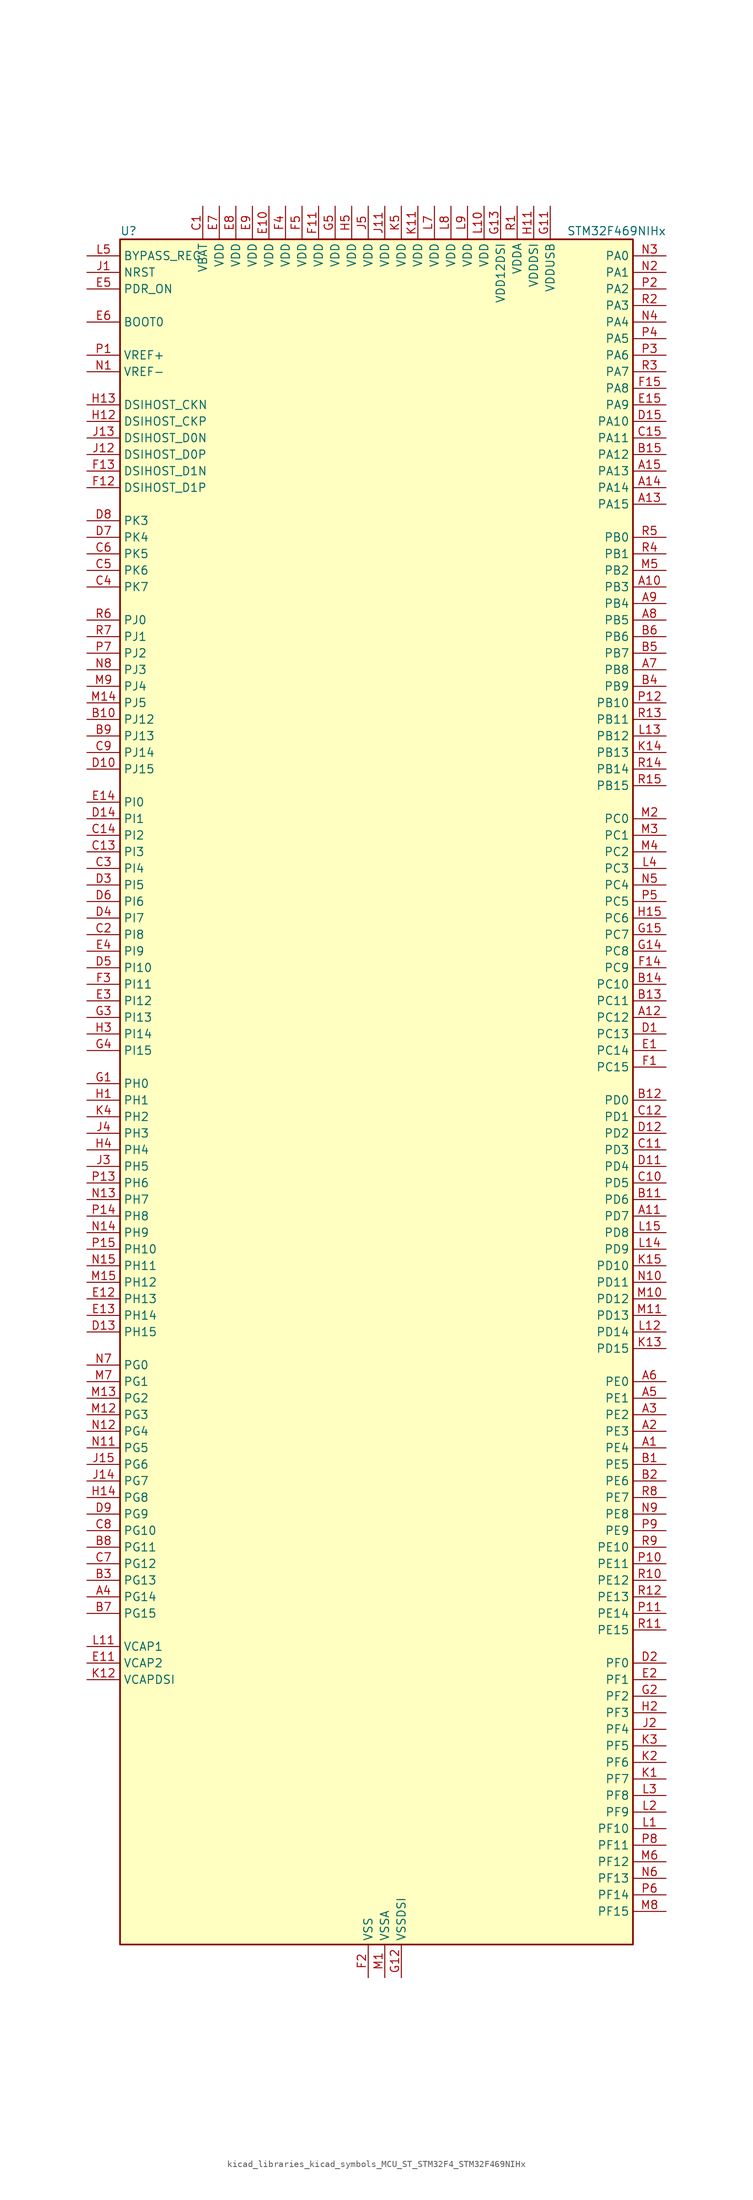
<source format=kicad_sym>
(kicad_symbol_lib
  (version 20220914)
  (generator kicad_symbol_editor)
  (symbol "kicad_libraries_kicad_symbols_MCU_ST_STM32F4_STM32F469NIHx"
    (property "Reference" "U"
      (at -38.1 133.35 0)
      (effects (font (size 1.27 1.27)) (justify left)))
    (property "Value" "STM32F469NIHx"
      (at 30.48 133.35 0)
      (effects (font (size 1.27 1.27)) (justify left)))
    (property "ki_locked" ""
      (at 0 0 0)
      (effects (font (size 1.27 1.27))))
    (symbol "kicad_libraries_kicad_symbols_MCU_ST_STM32F4_STM32F469NIHx_0_1"
      (rectangle (start -38.1 -129.54) (end 40.64 132.08) (stroke (width 0.254) (type default)) (fill (type background))))
    (symbol "kicad_libraries_kicad_symbols_MCU_ST_STM32F4_STM32F469NIHx_1_1"
      (pin bidirectional line (at 45.72 -53.34 180) (length 5.08) (name "PE4" (effects (font (size 1.27 1.27)))) (number "A1" (effects (font (size 1.27 1.27)))) (alternate "DCMI_D4" bidirectional line) (alternate "FMC_A20" bidirectional line) (alternate "LTDC_B0" bidirectional line) (alternate "SAI1_FS_A" bidirectional line) (alternate "SPI4_NSS" bidirectional line) (alternate "SYS_TRACED1" bidirectional line))
      (pin bidirectional line (at 45.72 78.74 180) (length 5.08) (name "PB3" (effects (font (size 1.27 1.27)))) (number "A10" (effects (font (size 1.27 1.27)))) (alternate "I2S3_CK" bidirectional line) (alternate "SPI1_SCK" bidirectional line) (alternate "SPI3_SCK" bidirectional line) (alternate "SYS_JTDO-SWO" bidirectional line) (alternate "TIM2_CH2" bidirectional line))
      (pin bidirectional line (at 45.72 -17.78 180) (length 5.08) (name "PD7" (effects (font (size 1.27 1.27)))) (number "A11" (effects (font (size 1.27 1.27)))) (alternate "FMC_NE1" bidirectional line) (alternate "USART2_CK" bidirectional line))
      (pin bidirectional line (at 45.72 12.7 180) (length 5.08) (name "PC12" (effects (font (size 1.27 1.27)))) (number "A12" (effects (font (size 1.27 1.27)))) (alternate "DCMI_D9" bidirectional line) (alternate "I2S3_SD" bidirectional line) (alternate "SDIO_CK" bidirectional line) (alternate "SPI3_MOSI" bidirectional line) (alternate "SYS_TRACED3" bidirectional line) (alternate "UART5_TX" bidirectional line) (alternate "USART3_CK" bidirectional line))
      (pin bidirectional line (at 45.72 91.44 180) (length 5.08) (name "PA15" (effects (font (size 1.27 1.27)))) (number "A13" (effects (font (size 1.27 1.27)))) (alternate "ADC1_EXTI15" bidirectional line) (alternate "ADC2_EXTI15" bidirectional line) (alternate "ADC3_EXTI15" bidirectional line) (alternate "I2S3_WS" bidirectional line) (alternate "SPI1_NSS" bidirectional line) (alternate "SPI3_NSS" bidirectional line) (alternate "SYS_JTDI" bidirectional line) (alternate "TIM2_CH1" bidirectional line) (alternate "TIM2_ETR" bidirectional line))
      (pin bidirectional line (at 45.72 93.98 180) (length 5.08) (name "PA14" (effects (font (size 1.27 1.27)))) (number "A14" (effects (font (size 1.27 1.27)))) (alternate "SYS_JTCK-SWCLK" bidirectional line))
      (pin bidirectional line (at 45.72 96.52 180) (length 5.08) (name "PA13" (effects (font (size 1.27 1.27)))) (number "A15" (effects (font (size 1.27 1.27)))) (alternate "SYS_JTMS-SWDIO" bidirectional line))
      (pin bidirectional line (at 45.72 -50.8 180) (length 5.08) (name "PE3" (effects (font (size 1.27 1.27)))) (number "A2" (effects (font (size 1.27 1.27)))) (alternate "FMC_A19" bidirectional line) (alternate "SAI1_SD_B" bidirectional line) (alternate "SYS_TRACED0" bidirectional line))
      (pin bidirectional line (at 45.72 -48.26 180) (length 5.08) (name "PE2" (effects (font (size 1.27 1.27)))) (number "A3" (effects (font (size 1.27 1.27)))) (alternate "ETH_TXD3" bidirectional line) (alternate "FMC_A23" bidirectional line) (alternate "QUADSPI_BK1_IO2" bidirectional line) (alternate "SAI1_MCLK_A" bidirectional line) (alternate "SPI4_SCK" bidirectional line) (alternate "SYS_TRACECLK" bidirectional line))
      (pin bidirectional line (at -43.18 -76.2 0) (length 5.08) (name "PG14" (effects (font (size 1.27 1.27)))) (number "A4" (effects (font (size 1.27 1.27)))) (alternate "ETH_TXD1" bidirectional line) (alternate "FMC_A25" bidirectional line) (alternate "LTDC_B0" bidirectional line) (alternate "QUADSPI_BK2_IO3" bidirectional line) (alternate "SPI6_MOSI" bidirectional line) (alternate "SYS_TRACED1" bidirectional line) (alternate "USART6_TX" bidirectional line))
      (pin bidirectional line (at 45.72 -45.72 180) (length 5.08) (name "PE1" (effects (font (size 1.27 1.27)))) (number "A5" (effects (font (size 1.27 1.27)))) (alternate "DCMI_D3" bidirectional line) (alternate "FMC_NBL1" bidirectional line) (alternate "UART8_TX" bidirectional line))
      (pin bidirectional line (at 45.72 -43.18 180) (length 5.08) (name "PE0" (effects (font (size 1.27 1.27)))) (number "A6" (effects (font (size 1.27 1.27)))) (alternate "DCMI_D2" bidirectional line) (alternate "FMC_NBL0" bidirectional line) (alternate "TIM4_ETR" bidirectional line) (alternate "UART8_RX" bidirectional line))
      (pin bidirectional line (at 45.72 66.04 180) (length 5.08) (name "PB8" (effects (font (size 1.27 1.27)))) (number "A7" (effects (font (size 1.27 1.27)))) (alternate "CAN1_RX" bidirectional line) (alternate "DCMI_D6" bidirectional line) (alternate "ETH_TXD3" bidirectional line) (alternate "I2C1_SCL" bidirectional line) (alternate "LTDC_B6" bidirectional line) (alternate "SDIO_D4" bidirectional line) (alternate "TIM10_CH1" bidirectional line) (alternate "TIM4_CH3" bidirectional line))
      (pin bidirectional line (at 45.72 73.66 180) (length 5.08) (name "PB5" (effects (font (size 1.27 1.27)))) (number "A8" (effects (font (size 1.27 1.27)))) (alternate "CAN2_RX" bidirectional line) (alternate "DCMI_D10" bidirectional line) (alternate "ETH_PPS_OUT" bidirectional line) (alternate "FMC_SDCKE1" bidirectional line) (alternate "I2C1_SMBA" bidirectional line) (alternate "I2S3_SD" bidirectional line) (alternate "LTDC_G7" bidirectional line) (alternate "SPI1_MOSI" bidirectional line) (alternate "SPI3_MOSI" bidirectional line) (alternate "TIM3_CH2" bidirectional line) (alternate "USB_OTG_HS_ULPI_D7" bidirectional line))
      (pin bidirectional line (at 45.72 76.2 180) (length 5.08) (name "PB4" (effects (font (size 1.27 1.27)))) (number "A9" (effects (font (size 1.27 1.27)))) (alternate "I2S3_ext_SD" bidirectional line) (alternate "SPI1_MISO" bidirectional line) (alternate "SPI3_MISO" bidirectional line) (alternate "SYS_JTRST" bidirectional line) (alternate "TIM3_CH1" bidirectional line))
      (pin bidirectional line (at 45.72 -55.88 180) (length 5.08) (name "PE5" (effects (font (size 1.27 1.27)))) (number "B1" (effects (font (size 1.27 1.27)))) (alternate "DCMI_D6" bidirectional line) (alternate "FMC_A21" bidirectional line) (alternate "LTDC_G0" bidirectional line) (alternate "SAI1_SCK_A" bidirectional line) (alternate "SPI4_MISO" bidirectional line) (alternate "SYS_TRACED2" bidirectional line) (alternate "TIM9_CH1" bidirectional line))
      (pin bidirectional line (at -43.18 58.42 0) (length 5.08) (name "PJ12" (effects (font (size 1.27 1.27)))) (number "B10" (effects (font (size 1.27 1.27)))) (alternate "LTDC_B0" bidirectional line) (alternate "LTDC_G3" bidirectional line))
      (pin bidirectional line (at 45.72 -15.24 180) (length 5.08) (name "PD6" (effects (font (size 1.27 1.27)))) (number "B11" (effects (font (size 1.27 1.27)))) (alternate "DCMI_D10" bidirectional line) (alternate "FMC_NWAIT" bidirectional line) (alternate "I2S3_SD" bidirectional line) (alternate "LTDC_B2" bidirectional line) (alternate "SAI1_SD_A" bidirectional line) (alternate "SPI3_MOSI" bidirectional line) (alternate "USART2_RX" bidirectional line))
      (pin bidirectional line (at 45.72 0 180) (length 5.08) (name "PD0" (effects (font (size 1.27 1.27)))) (number "B12" (effects (font (size 1.27 1.27)))) (alternate "CAN1_RX" bidirectional line) (alternate "FMC_D2" bidirectional line) (alternate "FMC_DA2" bidirectional line))
      (pin bidirectional line (at 45.72 15.24 180) (length 5.08) (name "PC11" (effects (font (size 1.27 1.27)))) (number "B13" (effects (font (size 1.27 1.27)))) (alternate "ADC1_EXTI11" bidirectional line) (alternate "ADC2_EXTI11" bidirectional line) (alternate "ADC3_EXTI11" bidirectional line) (alternate "DCMI_D4" bidirectional line) (alternate "I2S3_ext_SD" bidirectional line) (alternate "QUADSPI_BK2_NCS" bidirectional line) (alternate "SDIO_D3" bidirectional line) (alternate "SPI3_MISO" bidirectional line) (alternate "UART4_RX" bidirectional line) (alternate "USART3_RX" bidirectional line))
      (pin bidirectional line (at 45.72 17.78 180) (length 5.08) (name "PC10" (effects (font (size 1.27 1.27)))) (number "B14" (effects (font (size 1.27 1.27)))) (alternate "DCMI_D8" bidirectional line) (alternate "I2S3_CK" bidirectional line) (alternate "LTDC_R2" bidirectional line) (alternate "QUADSPI_BK1_IO1" bidirectional line) (alternate "SDIO_D2" bidirectional line) (alternate "SPI3_SCK" bidirectional line) (alternate "UART4_TX" bidirectional line) (alternate "USART3_TX" bidirectional line))
      (pin bidirectional line (at 45.72 99.06 180) (length 5.08) (name "PA12" (effects (font (size 1.27 1.27)))) (number "B15" (effects (font (size 1.27 1.27)))) (alternate "CAN1_TX" bidirectional line) (alternate "LTDC_R5" bidirectional line) (alternate "TIM1_ETR" bidirectional line) (alternate "USART1_RTS" bidirectional line) (alternate "USB_OTG_FS_DP" bidirectional line))
      (pin bidirectional line (at 45.72 -58.42 180) (length 5.08) (name "PE6" (effects (font (size 1.27 1.27)))) (number "B2" (effects (font (size 1.27 1.27)))) (alternate "DCMI_D7" bidirectional line) (alternate "FMC_A22" bidirectional line) (alternate "LTDC_G1" bidirectional line) (alternate "SAI1_SD_A" bidirectional line) (alternate "SPI4_MOSI" bidirectional line) (alternate "SYS_TRACED3" bidirectional line) (alternate "TIM9_CH2" bidirectional line))
      (pin bidirectional line (at -43.18 -73.66 0) (length 5.08) (name "PG13" (effects (font (size 1.27 1.27)))) (number "B3" (effects (font (size 1.27 1.27)))) (alternate "ETH_TXD0" bidirectional line) (alternate "FMC_A24" bidirectional line) (alternate "LTDC_R0" bidirectional line) (alternate "SPI6_SCK" bidirectional line) (alternate "SYS_TRACED0" bidirectional line) (alternate "USART6_CTS" bidirectional line))
      (pin bidirectional line (at 45.72 63.5 180) (length 5.08) (name "PB9" (effects (font (size 1.27 1.27)))) (number "B4" (effects (font (size 1.27 1.27)))) (alternate "CAN1_TX" bidirectional line) (alternate "DAC_EXTI9" bidirectional line) (alternate "DCMI_D7" bidirectional line) (alternate "I2C1_SDA" bidirectional line) (alternate "I2S2_WS" bidirectional line) (alternate "LTDC_B7" bidirectional line) (alternate "SDIO_D5" bidirectional line) (alternate "SPI2_NSS" bidirectional line) (alternate "TIM11_CH1" bidirectional line) (alternate "TIM4_CH4" bidirectional line))
      (pin bidirectional line (at 45.72 68.58 180) (length 5.08) (name "PB7" (effects (font (size 1.27 1.27)))) (number "B5" (effects (font (size 1.27 1.27)))) (alternate "DCMI_VSYNC" bidirectional line) (alternate "FMC_NL" bidirectional line) (alternate "I2C1_SDA" bidirectional line) (alternate "TIM4_CH2" bidirectional line) (alternate "USART1_RX" bidirectional line))
      (pin bidirectional line (at 45.72 71.12 180) (length 5.08) (name "PB6" (effects (font (size 1.27 1.27)))) (number "B6" (effects (font (size 1.27 1.27)))) (alternate "CAN2_TX" bidirectional line) (alternate "DCMI_D5" bidirectional line) (alternate "FMC_SDNE1" bidirectional line) (alternate "I2C1_SCL" bidirectional line) (alternate "QUADSPI_BK1_NCS" bidirectional line) (alternate "TIM4_CH1" bidirectional line) (alternate "USART1_TX" bidirectional line))
      (pin bidirectional line (at -43.18 -78.74 0) (length 5.08) (name "PG15" (effects (font (size 1.27 1.27)))) (number "B7" (effects (font (size 1.27 1.27)))) (alternate "ADC1_EXTI15" bidirectional line) (alternate "ADC2_EXTI15" bidirectional line) (alternate "ADC3_EXTI15" bidirectional line) (alternate "DCMI_D13" bidirectional line) (alternate "FMC_SDNCAS" bidirectional line) (alternate "USART6_CTS" bidirectional line))
      (pin bidirectional line (at -43.18 -68.58 0) (length 5.08) (name "PG11" (effects (font (size 1.27 1.27)))) (number "B8" (effects (font (size 1.27 1.27)))) (alternate "ADC1_EXTI11" bidirectional line) (alternate "ADC2_EXTI11" bidirectional line) (alternate "ADC3_EXTI11" bidirectional line) (alternate "DCMI_D3" bidirectional line) (alternate "ETH_TX_EN" bidirectional line) (alternate "LTDC_B3" bidirectional line))
      (pin bidirectional line (at -43.18 55.88 0) (length 5.08) (name "PJ13" (effects (font (size 1.27 1.27)))) (number "B9" (effects (font (size 1.27 1.27)))) (alternate "LTDC_B1" bidirectional line) (alternate "LTDC_G4" bidirectional line))
      (pin power_in line (at -25.4 137.16 270) (length 5.08) (name "VBAT" (effects (font (size 1.27 1.27)))) (number "C1" (effects (font (size 1.27 1.27)))))
      (pin bidirectional line (at 45.72 -12.7 180) (length 5.08) (name "PD5" (effects (font (size 1.27 1.27)))) (number "C10" (effects (font (size 1.27 1.27)))) (alternate "FMC_NWE" bidirectional line) (alternate "USART2_TX" bidirectional line))
      (pin bidirectional line (at 45.72 -7.62 180) (length 5.08) (name "PD3" (effects (font (size 1.27 1.27)))) (number "C11" (effects (font (size 1.27 1.27)))) (alternate "DCMI_D5" bidirectional line) (alternate "FMC_CLK" bidirectional line) (alternate "I2S2_CK" bidirectional line) (alternate "LTDC_G7" bidirectional line) (alternate "SPI2_SCK" bidirectional line) (alternate "USART2_CTS" bidirectional line))
      (pin bidirectional line (at 45.72 -2.54 180) (length 5.08) (name "PD1" (effects (font (size 1.27 1.27)))) (number "C12" (effects (font (size 1.27 1.27)))) (alternate "CAN1_TX" bidirectional line) (alternate "FMC_D3" bidirectional line) (alternate "FMC_DA3" bidirectional line))
      (pin bidirectional line (at -43.18 38.1 0) (length 5.08) (name "PI3" (effects (font (size 1.27 1.27)))) (number "C13" (effects (font (size 1.27 1.27)))) (alternate "DCMI_D10" bidirectional line) (alternate "FMC_D27" bidirectional line) (alternate "I2S2_SD" bidirectional line) (alternate "SPI2_MOSI" bidirectional line) (alternate "TIM8_ETR" bidirectional line))
      (pin bidirectional line (at -43.18 40.64 0) (length 5.08) (name "PI2" (effects (font (size 1.27 1.27)))) (number "C14" (effects (font (size 1.27 1.27)))) (alternate "DCMI_D9" bidirectional line) (alternate "FMC_D26" bidirectional line) (alternate "I2S2_ext_SD" bidirectional line) (alternate "LTDC_G7" bidirectional line) (alternate "SPI2_MISO" bidirectional line) (alternate "TIM8_CH4" bidirectional line))
      (pin bidirectional line (at 45.72 101.6 180) (length 5.08) (name "PA11" (effects (font (size 1.27 1.27)))) (number "C15" (effects (font (size 1.27 1.27)))) (alternate "ADC1_EXTI11" bidirectional line) (alternate "ADC2_EXTI11" bidirectional line) (alternate "ADC3_EXTI11" bidirectional line) (alternate "CAN1_RX" bidirectional line) (alternate "LTDC_R4" bidirectional line) (alternate "TIM1_CH4" bidirectional line) (alternate "USART1_CTS" bidirectional line) (alternate "USB_OTG_FS_DM" bidirectional line))
      (pin bidirectional line (at -43.18 25.4 0) (length 5.08) (name "PI8" (effects (font (size 1.27 1.27)))) (number "C2" (effects (font (size 1.27 1.27)))) (alternate "RTC_AF1" bidirectional line) (alternate "RTC_AF2" bidirectional line))
      (pin bidirectional line (at -43.18 35.56 0) (length 5.08) (name "PI4" (effects (font (size 1.27 1.27)))) (number "C3" (effects (font (size 1.27 1.27)))) (alternate "DCMI_D5" bidirectional line) (alternate "FMC_NBL2" bidirectional line) (alternate "LTDC_B4" bidirectional line) (alternate "TIM8_BKIN" bidirectional line))
      (pin bidirectional line (at -43.18 78.74 0) (length 5.08) (name "PK7" (effects (font (size 1.27 1.27)))) (number "C4" (effects (font (size 1.27 1.27)))) (alternate "LTDC_DE" bidirectional line))
      (pin bidirectional line (at -43.18 81.28 0) (length 5.08) (name "PK6" (effects (font (size 1.27 1.27)))) (number "C5" (effects (font (size 1.27 1.27)))) (alternate "LTDC_B7" bidirectional line))
      (pin bidirectional line (at -43.18 83.82 0) (length 5.08) (name "PK5" (effects (font (size 1.27 1.27)))) (number "C6" (effects (font (size 1.27 1.27)))) (alternate "LTDC_B6" bidirectional line))
      (pin bidirectional line (at -43.18 -71.12 0) (length 5.08) (name "PG12" (effects (font (size 1.27 1.27)))) (number "C7" (effects (font (size 1.27 1.27)))) (alternate "FMC_NE4" bidirectional line) (alternate "LTDC_B1" bidirectional line) (alternate "LTDC_B4" bidirectional line) (alternate "SPI6_MISO" bidirectional line) (alternate "USART6_RTS" bidirectional line))
      (pin bidirectional line (at -43.18 -66.04 0) (length 5.08) (name "PG10" (effects (font (size 1.27 1.27)))) (number "C8" (effects (font (size 1.27 1.27)))) (alternate "DCMI_D2" bidirectional line) (alternate "FMC_NE3" bidirectional line) (alternate "LTDC_B2" bidirectional line) (alternate "LTDC_G3" bidirectional line))
      (pin bidirectional line (at -43.18 53.34 0) (length 5.08) (name "PJ14" (effects (font (size 1.27 1.27)))) (number "C9" (effects (font (size 1.27 1.27)))) (alternate "LTDC_B2" bidirectional line))
      (pin bidirectional line (at 45.72 10.16 180) (length 5.08) (name "PC13" (effects (font (size 1.27 1.27)))) (number "D1" (effects (font (size 1.27 1.27)))) (alternate "RTC_AF1" bidirectional line))
      (pin bidirectional line (at -43.18 50.8 0) (length 5.08) (name "PJ15" (effects (font (size 1.27 1.27)))) (number "D10" (effects (font (size 1.27 1.27)))) (alternate "ADC1_EXTI15" bidirectional line) (alternate "ADC2_EXTI15" bidirectional line) (alternate "ADC3_EXTI15" bidirectional line) (alternate "LTDC_B3" bidirectional line))
      (pin bidirectional line (at 45.72 -10.16 180) (length 5.08) (name "PD4" (effects (font (size 1.27 1.27)))) (number "D11" (effects (font (size 1.27 1.27)))) (alternate "FMC_NOE" bidirectional line) (alternate "USART2_RTS" bidirectional line))
      (pin bidirectional line (at 45.72 -5.08 180) (length 5.08) (name "PD2" (effects (font (size 1.27 1.27)))) (number "D12" (effects (font (size 1.27 1.27)))) (alternate "DCMI_D11" bidirectional line) (alternate "SDIO_CMD" bidirectional line) (alternate "SYS_TRACED2" bidirectional line) (alternate "TIM3_ETR" bidirectional line) (alternate "UART5_RX" bidirectional line))
      (pin bidirectional line (at -43.18 -35.56 0) (length 5.08) (name "PH15" (effects (font (size 1.27 1.27)))) (number "D13" (effects (font (size 1.27 1.27)))) (alternate "ADC1_EXTI15" bidirectional line) (alternate "ADC2_EXTI15" bidirectional line) (alternate "ADC3_EXTI15" bidirectional line) (alternate "DCMI_D11" bidirectional line) (alternate "FMC_D23" bidirectional line) (alternate "LTDC_G4" bidirectional line) (alternate "TIM8_CH3N" bidirectional line))
      (pin bidirectional line (at -43.18 43.18 0) (length 5.08) (name "PI1" (effects (font (size 1.27 1.27)))) (number "D14" (effects (font (size 1.27 1.27)))) (alternate "DCMI_D8" bidirectional line) (alternate "FMC_D25" bidirectional line) (alternate "I2S2_CK" bidirectional line) (alternate "LTDC_G6" bidirectional line) (alternate "SPI2_SCK" bidirectional line))
      (pin bidirectional line (at 45.72 104.14 180) (length 5.08) (name "PA10" (effects (font (size 1.27 1.27)))) (number "D15" (effects (font (size 1.27 1.27)))) (alternate "DCMI_D1" bidirectional line) (alternate "TIM1_CH3" bidirectional line) (alternate "USART1_RX" bidirectional line) (alternate "USB_OTG_FS_ID" bidirectional line))
      (pin bidirectional line (at 45.72 -86.36 180) (length 5.08) (name "PF0" (effects (font (size 1.27 1.27)))) (number "D2" (effects (font (size 1.27 1.27)))) (alternate "FMC_A0" bidirectional line) (alternate "I2C2_SDA" bidirectional line))
      (pin bidirectional line (at -43.18 33.02 0) (length 5.08) (name "PI5" (effects (font (size 1.27 1.27)))) (number "D3" (effects (font (size 1.27 1.27)))) (alternate "DCMI_VSYNC" bidirectional line) (alternate "FMC_NBL3" bidirectional line) (alternate "LTDC_B5" bidirectional line) (alternate "TIM8_CH1" bidirectional line))
      (pin bidirectional line (at -43.18 27.94 0) (length 5.08) (name "PI7" (effects (font (size 1.27 1.27)))) (number "D4" (effects (font (size 1.27 1.27)))) (alternate "DCMI_D7" bidirectional line) (alternate "FMC_D29" bidirectional line) (alternate "LTDC_B7" bidirectional line) (alternate "TIM8_CH3" bidirectional line))
      (pin bidirectional line (at -43.18 20.32 0) (length 5.08) (name "PI10" (effects (font (size 1.27 1.27)))) (number "D5" (effects (font (size 1.27 1.27)))) (alternate "ETH_RX_ER" bidirectional line) (alternate "FMC_D31" bidirectional line) (alternate "LTDC_HSYNC" bidirectional line))
      (pin bidirectional line (at -43.18 30.48 0) (length 5.08) (name "PI6" (effects (font (size 1.27 1.27)))) (number "D6" (effects (font (size 1.27 1.27)))) (alternate "DCMI_D6" bidirectional line) (alternate "FMC_D28" bidirectional line) (alternate "LTDC_B6" bidirectional line) (alternate "TIM8_CH2" bidirectional line))
      (pin bidirectional line (at -43.18 86.36 0) (length 5.08) (name "PK4" (effects (font (size 1.27 1.27)))) (number "D7" (effects (font (size 1.27 1.27)))) (alternate "LTDC_B5" bidirectional line))
      (pin bidirectional line (at -43.18 88.9 0) (length 5.08) (name "PK3" (effects (font (size 1.27 1.27)))) (number "D8" (effects (font (size 1.27 1.27)))) (alternate "LTDC_B4" bidirectional line))
      (pin bidirectional line (at -43.18 -63.5 0) (length 5.08) (name "PG9" (effects (font (size 1.27 1.27)))) (number "D9" (effects (font (size 1.27 1.27)))) (alternate "DAC_EXTI9" bidirectional line) (alternate "DCMI_VSYNC" bidirectional line) (alternate "FMC_NCE" bidirectional line) (alternate "FMC_NE2" bidirectional line) (alternate "QUADSPI_BK2_IO2" bidirectional line) (alternate "USART6_RX" bidirectional line))
      (pin bidirectional line (at 45.72 7.62 180) (length 5.08) (name "PC14" (effects (font (size 1.27 1.27)))) (number "E1" (effects (font (size 1.27 1.27)))) (alternate "RCC_OSC32_IN" bidirectional line))
      (pin power_in line (at -15.24 137.16 270) (length 5.08) (name "VDD" (effects (font (size 1.27 1.27)))) (number "E10" (effects (font (size 1.27 1.27)))))
      (pin power_out line (at -43.18 -86.36 0) (length 5.08) (name "VCAP2" (effects (font (size 1.27 1.27)))) (number "E11" (effects (font (size 1.27 1.27)))))
      (pin bidirectional line (at -43.18 -30.48 0) (length 5.08) (name "PH13" (effects (font (size 1.27 1.27)))) (number "E12" (effects (font (size 1.27 1.27)))) (alternate "CAN1_TX" bidirectional line) (alternate "FMC_D21" bidirectional line) (alternate "LTDC_G2" bidirectional line) (alternate "TIM8_CH1N" bidirectional line))
      (pin bidirectional line (at -43.18 -33.02 0) (length 5.08) (name "PH14" (effects (font (size 1.27 1.27)))) (number "E13" (effects (font (size 1.27 1.27)))) (alternate "DCMI_D4" bidirectional line) (alternate "FMC_D22" bidirectional line) (alternate "LTDC_G3" bidirectional line) (alternate "TIM8_CH2N" bidirectional line))
      (pin bidirectional line (at -43.18 45.72 0) (length 5.08) (name "PI0" (effects (font (size 1.27 1.27)))) (number "E14" (effects (font (size 1.27 1.27)))) (alternate "DCMI_D13" bidirectional line) (alternate "FMC_D24" bidirectional line) (alternate "I2S2_WS" bidirectional line) (alternate "LTDC_G5" bidirectional line) (alternate "SPI2_NSS" bidirectional line) (alternate "TIM5_CH4" bidirectional line))
      (pin bidirectional line (at 45.72 106.68 180) (length 5.08) (name "PA9" (effects (font (size 1.27 1.27)))) (number "E15" (effects (font (size 1.27 1.27)))) (alternate "DAC_EXTI9" bidirectional line) (alternate "DCMI_D0" bidirectional line) (alternate "I2C3_SMBA" bidirectional line) (alternate "I2S2_CK" bidirectional line) (alternate "SPI2_SCK" bidirectional line) (alternate "TIM1_CH2" bidirectional line) (alternate "USART1_TX" bidirectional line) (alternate "USB_OTG_FS_VBUS" bidirectional line))
      (pin bidirectional line (at 45.72 -88.9 180) (length 5.08) (name "PF1" (effects (font (size 1.27 1.27)))) (number "E2" (effects (font (size 1.27 1.27)))) (alternate "FMC_A1" bidirectional line) (alternate "I2C2_SCL" bidirectional line))
      (pin bidirectional line (at -43.18 15.24 0) (length 5.08) (name "PI12" (effects (font (size 1.27 1.27)))) (number "E3" (effects (font (size 1.27 1.27)))) (alternate "LTDC_HSYNC" bidirectional line))
      (pin bidirectional line (at -43.18 22.86 0) (length 5.08) (name "PI9" (effects (font (size 1.27 1.27)))) (number "E4" (effects (font (size 1.27 1.27)))) (alternate "CAN1_RX" bidirectional line) (alternate "DAC_EXTI9" bidirectional line) (alternate "FMC_D30" bidirectional line) (alternate "LTDC_VSYNC" bidirectional line))
      (pin input line (at -43.18 124.46 0) (length 5.08) (name "PDR_ON" (effects (font (size 1.27 1.27)))) (number "E5" (effects (font (size 1.27 1.27)))))
      (pin input line (at -43.18 119.38 0) (length 5.08) (name "BOOT0" (effects (font (size 1.27 1.27)))) (number "E6" (effects (font (size 1.27 1.27)))))
      (pin power_in line (at -22.86 137.16 270) (length 5.08) (name "VDD" (effects (font (size 1.27 1.27)))) (number "E7" (effects (font (size 1.27 1.27)))))
      (pin power_in line (at -20.32 137.16 270) (length 5.08) (name "VDD" (effects (font (size 1.27 1.27)))) (number "E8" (effects (font (size 1.27 1.27)))))
      (pin power_in line (at -17.78 137.16 270) (length 5.08) (name "VDD" (effects (font (size 1.27 1.27)))) (number "E9" (effects (font (size 1.27 1.27)))))
      (pin bidirectional line (at 45.72 5.08 180) (length 5.08) (name "PC15" (effects (font (size 1.27 1.27)))) (number "F1" (effects (font (size 1.27 1.27)))) (alternate "ADC1_EXTI15" bidirectional line) (alternate "ADC2_EXTI15" bidirectional line) (alternate "ADC3_EXTI15" bidirectional line) (alternate "RCC_OSC32_OUT" bidirectional line))
      (pin passive line (at 0 -134.62 90) (length 5.08) hide (name "VSS" (effects (font (size 1.27 1.27)))) (number "F10" (effects (font (size 1.27 1.27)))))
      (pin power_in line (at -7.62 137.16 270) (length 5.08) (name "VDD" (effects (font (size 1.27 1.27)))) (number "F11" (effects (font (size 1.27 1.27)))))
      (pin bidirectional line (at -43.18 93.98 0) (length 5.08) (name "DSIHOST_D1P" (effects (font (size 1.27 1.27)))) (number "F12" (effects (font (size 1.27 1.27)))) (alternate "DSIHOST_D1P" bidirectional line))
      (pin bidirectional line (at -43.18 96.52 0) (length 5.08) (name "DSIHOST_D1N" (effects (font (size 1.27 1.27)))) (number "F13" (effects (font (size 1.27 1.27)))) (alternate "DSIHOST_D1N" bidirectional line))
      (pin bidirectional line (at 45.72 20.32 180) (length 5.08) (name "PC9" (effects (font (size 1.27 1.27)))) (number "F14" (effects (font (size 1.27 1.27)))) (alternate "DAC_EXTI9" bidirectional line) (alternate "DCMI_D3" bidirectional line) (alternate "I2C3_SDA" bidirectional line) (alternate "I2S_CKIN" bidirectional line) (alternate "QUADSPI_BK1_IO0" bidirectional line) (alternate "RCC_MCO_2" bidirectional line) (alternate "SDIO_D1" bidirectional line) (alternate "TIM3_CH4" bidirectional line) (alternate "TIM8_CH4" bidirectional line))
      (pin bidirectional line (at 45.72 109.22 180) (length 5.08) (name "PA8" (effects (font (size 1.27 1.27)))) (number "F15" (effects (font (size 1.27 1.27)))) (alternate "I2C3_SCL" bidirectional line) (alternate "LTDC_R6" bidirectional line) (alternate "RCC_MCO_1" bidirectional line) (alternate "TIM1_CH1" bidirectional line) (alternate "USART1_CK" bidirectional line) (alternate "USB_OTG_FS_SOF" bidirectional line))
      (pin power_in line (at 0 -134.62 90) (length 5.08) (name "VSS" (effects (font (size 1.27 1.27)))) (number "F2" (effects (font (size 1.27 1.27)))))
      (pin bidirectional line (at -43.18 17.78 0) (length 5.08) (name "PI11" (effects (font (size 1.27 1.27)))) (number "F3" (effects (font (size 1.27 1.27)))) (alternate "ADC1_EXTI11" bidirectional line) (alternate "ADC2_EXTI11" bidirectional line) (alternate "ADC3_EXTI11" bidirectional line) (alternate "LTDC_G6" bidirectional line) (alternate "USB_OTG_HS_ULPI_DIR" bidirectional line))
      (pin power_in line (at -12.7 137.16 270) (length 5.08) (name "VDD" (effects (font (size 1.27 1.27)))) (number "F4" (effects (font (size 1.27 1.27)))))
      (pin power_in line (at -10.16 137.16 270) (length 5.08) (name "VDD" (effects (font (size 1.27 1.27)))) (number "F5" (effects (font (size 1.27 1.27)))))
      (pin passive line (at 0 -134.62 90) (length 5.08) hide (name "VSS" (effects (font (size 1.27 1.27)))) (number "F6" (effects (font (size 1.27 1.27)))))
      (pin passive line (at 0 -134.62 90) (length 5.08) hide (name "VSS" (effects (font (size 1.27 1.27)))) (number "F7" (effects (font (size 1.27 1.27)))))
      (pin passive line (at 0 -134.62 90) (length 5.08) hide (name "VSS" (effects (font (size 1.27 1.27)))) (number "F8" (effects (font (size 1.27 1.27)))))
      (pin passive line (at 0 -134.62 90) (length 5.08) hide (name "VSS" (effects (font (size 1.27 1.27)))) (number "F9" (effects (font (size 1.27 1.27)))))
      (pin bidirectional line (at -43.18 2.54 0) (length 5.08) (name "PH0" (effects (font (size 1.27 1.27)))) (number "G1" (effects (font (size 1.27 1.27)))) (alternate "RCC_OSC_IN" bidirectional line))
      (pin passive line (at 0 -134.62 90) (length 5.08) hide (name "VSS" (effects (font (size 1.27 1.27)))) (number "G10" (effects (font (size 1.27 1.27)))))
      (pin power_in line (at 27.94 137.16 270) (length 5.08) (name "VDDUSB" (effects (font (size 1.27 1.27)))) (number "G11" (effects (font (size 1.27 1.27)))))
      (pin power_in line (at 5.08 -134.62 90) (length 5.08) (name "VSSDSI" (effects (font (size 1.27 1.27)))) (number "G12" (effects (font (size 1.27 1.27)))))
      (pin power_in line (at 20.32 137.16 270) (length 5.08) (name "VDD12DSI" (effects (font (size 1.27 1.27)))) (number "G13" (effects (font (size 1.27 1.27)))))
      (pin bidirectional line (at 45.72 22.86 180) (length 5.08) (name "PC8" (effects (font (size 1.27 1.27)))) (number "G14" (effects (font (size 1.27 1.27)))) (alternate "DCMI_D2" bidirectional line) (alternate "SDIO_D0" bidirectional line) (alternate "SYS_TRACED1" bidirectional line) (alternate "TIM3_CH3" bidirectional line) (alternate "TIM8_CH3" bidirectional line) (alternate "USART6_CK" bidirectional line))
      (pin bidirectional line (at 45.72 25.4 180) (length 5.08) (name "PC7" (effects (font (size 1.27 1.27)))) (number "G15" (effects (font (size 1.27 1.27)))) (alternate "DCMI_D1" bidirectional line) (alternate "I2S3_MCK" bidirectional line) (alternate "LTDC_G6" bidirectional line) (alternate "SDIO_D7" bidirectional line) (alternate "TIM3_CH2" bidirectional line) (alternate "TIM8_CH2" bidirectional line) (alternate "USART6_RX" bidirectional line))
      (pin bidirectional line (at 45.72 -91.44 180) (length 5.08) (name "PF2" (effects (font (size 1.27 1.27)))) (number "G2" (effects (font (size 1.27 1.27)))) (alternate "FMC_A2" bidirectional line) (alternate "I2C2_SMBA" bidirectional line))
      (pin bidirectional line (at -43.18 12.7 0) (length 5.08) (name "PI13" (effects (font (size 1.27 1.27)))) (number "G3" (effects (font (size 1.27 1.27)))) (alternate "LTDC_VSYNC" bidirectional line))
      (pin bidirectional line (at -43.18 7.62 0) (length 5.08) (name "PI15" (effects (font (size 1.27 1.27)))) (number "G4" (effects (font (size 1.27 1.27)))) (alternate "ADC1_EXTI15" bidirectional line) (alternate "ADC2_EXTI15" bidirectional line) (alternate "ADC3_EXTI15" bidirectional line) (alternate "LTDC_G2" bidirectional line) (alternate "LTDC_R0" bidirectional line))
      (pin power_in line (at -5.08 137.16 270) (length 5.08) (name "VDD" (effects (font (size 1.27 1.27)))) (number "G5" (effects (font (size 1.27 1.27)))))
      (pin passive line (at 0 -134.62 90) (length 5.08) hide (name "VSS" (effects (font (size 1.27 1.27)))) (number "G6" (effects (font (size 1.27 1.27)))))
      (pin bidirectional line (at -43.18 0 0) (length 5.08) (name "PH1" (effects (font (size 1.27 1.27)))) (number "H1" (effects (font (size 1.27 1.27)))) (alternate "RCC_OSC_OUT" bidirectional line))
      (pin passive line (at 0 -134.62 90) (length 5.08) hide (name "VSS" (effects (font (size 1.27 1.27)))) (number "H10" (effects (font (size 1.27 1.27)))))
      (pin power_in line (at 25.4 137.16 270) (length 5.08) (name "VDDDSI" (effects (font (size 1.27 1.27)))) (number "H11" (effects (font (size 1.27 1.27)))))
      (pin bidirectional line (at -43.18 104.14 0) (length 5.08) (name "DSIHOST_CKP" (effects (font (size 1.27 1.27)))) (number "H12" (effects (font (size 1.27 1.27)))) (alternate "DSIHOST_CKP" bidirectional line))
      (pin bidirectional line (at -43.18 106.68 0) (length 5.08) (name "DSIHOST_CKN" (effects (font (size 1.27 1.27)))) (number "H13" (effects (font (size 1.27 1.27)))) (alternate "DSIHOST_CKN" bidirectional line))
      (pin bidirectional line (at -43.18 -60.96 0) (length 5.08) (name "PG8" (effects (font (size 1.27 1.27)))) (number "H14" (effects (font (size 1.27 1.27)))) (alternate "ETH_PPS_OUT" bidirectional line) (alternate "FMC_SDCLK" bidirectional line) (alternate "LTDC_G7" bidirectional line) (alternate "SPI6_NSS" bidirectional line) (alternate "USART6_RTS" bidirectional line))
      (pin bidirectional line (at 45.72 27.94 180) (length 5.08) (name "PC6" (effects (font (size 1.27 1.27)))) (number "H15" (effects (font (size 1.27 1.27)))) (alternate "DCMI_D0" bidirectional line) (alternate "I2S2_MCK" bidirectional line) (alternate "LTDC_HSYNC" bidirectional line) (alternate "SDIO_D6" bidirectional line) (alternate "TIM3_CH1" bidirectional line) (alternate "TIM8_CH1" bidirectional line) (alternate "USART6_TX" bidirectional line))
      (pin bidirectional line (at 45.72 -93.98 180) (length 5.08) (name "PF3" (effects (font (size 1.27 1.27)))) (number "H2" (effects (font (size 1.27 1.27)))) (alternate "ADC3_IN9" bidirectional line) (alternate "FMC_A3" bidirectional line))
      (pin bidirectional line (at -43.18 10.16 0) (length 5.08) (name "PI14" (effects (font (size 1.27 1.27)))) (number "H3" (effects (font (size 1.27 1.27)))) (alternate "LTDC_CLK" bidirectional line))
      (pin bidirectional line (at -43.18 -7.62 0) (length 5.08) (name "PH4" (effects (font (size 1.27 1.27)))) (number "H4" (effects (font (size 1.27 1.27)))) (alternate "I2C2_SCL" bidirectional line) (alternate "LTDC_G4" bidirectional line) (alternate "LTDC_G5" bidirectional line) (alternate "USB_OTG_HS_ULPI_NXT" bidirectional line))
      (pin power_in line (at -2.54 137.16 270) (length 5.08) (name "VDD" (effects (font (size 1.27 1.27)))) (number "H5" (effects (font (size 1.27 1.27)))))
      (pin passive line (at 0 -134.62 90) (length 5.08) hide (name "VSS" (effects (font (size 1.27 1.27)))) (number "H6" (effects (font (size 1.27 1.27)))))
      (pin input line (at -43.18 127 0) (length 5.08) (name "NRST" (effects (font (size 1.27 1.27)))) (number "J1" (effects (font (size 1.27 1.27)))))
      (pin passive line (at 0 -134.62 90) (length 5.08) hide (name "VSS" (effects (font (size 1.27 1.27)))) (number "J10" (effects (font (size 1.27 1.27)))))
      (pin power_in line (at 2.54 137.16 270) (length 5.08) (name "VDD" (effects (font (size 1.27 1.27)))) (number "J11" (effects (font (size 1.27 1.27)))))
      (pin bidirectional line (at -43.18 99.06 0) (length 5.08) (name "DSIHOST_D0P" (effects (font (size 1.27 1.27)))) (number "J12" (effects (font (size 1.27 1.27)))) (alternate "DSIHOST_D0P" bidirectional line))
      (pin bidirectional line (at -43.18 101.6 0) (length 5.08) (name "DSIHOST_D0N" (effects (font (size 1.27 1.27)))) (number "J13" (effects (font (size 1.27 1.27)))) (alternate "DSIHOST_D0N" bidirectional line))
      (pin bidirectional line (at -43.18 -58.42 0) (length 5.08) (name "PG7" (effects (font (size 1.27 1.27)))) (number "J14" (effects (font (size 1.27 1.27)))) (alternate "DCMI_D13" bidirectional line) (alternate "FMC_INT" bidirectional line) (alternate "LTDC_CLK" bidirectional line) (alternate "SAI1_MCLK_A" bidirectional line) (alternate "USART6_CK" bidirectional line))
      (pin bidirectional line (at -43.18 -55.88 0) (length 5.08) (name "PG6" (effects (font (size 1.27 1.27)))) (number "J15" (effects (font (size 1.27 1.27)))) (alternate "DCMI_D12" bidirectional line) (alternate "LTDC_R7" bidirectional line))
      (pin bidirectional line (at 45.72 -96.52 180) (length 5.08) (name "PF4" (effects (font (size 1.27 1.27)))) (number "J2" (effects (font (size 1.27 1.27)))) (alternate "ADC3_IN14" bidirectional line) (alternate "FMC_A4" bidirectional line))
      (pin bidirectional line (at -43.18 -10.16 0) (length 5.08) (name "PH5" (effects (font (size 1.27 1.27)))) (number "J3" (effects (font (size 1.27 1.27)))) (alternate "FMC_SDNWE" bidirectional line) (alternate "I2C2_SDA" bidirectional line) (alternate "SPI5_NSS" bidirectional line))
      (pin bidirectional line (at -43.18 -5.08 0) (length 5.08) (name "PH3" (effects (font (size 1.27 1.27)))) (number "J4" (effects (font (size 1.27 1.27)))) (alternate "ETH_COL" bidirectional line) (alternate "FMC_SDNE0" bidirectional line) (alternate "LTDC_R1" bidirectional line) (alternate "QUADSPI_BK2_IO1" bidirectional line))
      (pin power_in line (at 0 137.16 270) (length 5.08) (name "VDD" (effects (font (size 1.27 1.27)))) (number "J5" (effects (font (size 1.27 1.27)))))
      (pin passive line (at 0 -134.62 90) (length 5.08) hide (name "VSS" (effects (font (size 1.27 1.27)))) (number "J6" (effects (font (size 1.27 1.27)))))
      (pin bidirectional line (at 45.72 -104.14 180) (length 5.08) (name "PF7" (effects (font (size 1.27 1.27)))) (number "K1" (effects (font (size 1.27 1.27)))) (alternate "ADC3_IN5" bidirectional line) (alternate "QUADSPI_BK1_IO2" bidirectional line) (alternate "SAI1_MCLK_B" bidirectional line) (alternate "SPI5_SCK" bidirectional line) (alternate "TIM11_CH1" bidirectional line) (alternate "UART7_TX" bidirectional line))
      (pin passive line (at 0 -134.62 90) (length 5.08) hide (name "VSS" (effects (font (size 1.27 1.27)))) (number "K10" (effects (font (size 1.27 1.27)))))
      (pin power_in line (at 7.62 137.16 270) (length 5.08) (name "VDD" (effects (font (size 1.27 1.27)))) (number "K11" (effects (font (size 1.27 1.27)))))
      (pin power_out line (at -43.18 -88.9 0) (length 5.08) (name "VCAPDSI" (effects (font (size 1.27 1.27)))) (number "K12" (effects (font (size 1.27 1.27)))))
      (pin bidirectional line (at 45.72 -38.1 180) (length 5.08) (name "PD15" (effects (font (size 1.27 1.27)))) (number "K13" (effects (font (size 1.27 1.27)))) (alternate "ADC1_EXTI15" bidirectional line) (alternate "ADC2_EXTI15" bidirectional line) (alternate "ADC3_EXTI15" bidirectional line) (alternate "FMC_D1" bidirectional line) (alternate "FMC_DA1" bidirectional line) (alternate "TIM4_CH4" bidirectional line))
      (pin bidirectional line (at 45.72 53.34 180) (length 5.08) (name "PB13" (effects (font (size 1.27 1.27)))) (number "K14" (effects (font (size 1.27 1.27)))) (alternate "CAN2_TX" bidirectional line) (alternate "ETH_TXD1" bidirectional line) (alternate "I2S2_CK" bidirectional line) (alternate "SPI2_SCK" bidirectional line) (alternate "TIM1_CH1N" bidirectional line) (alternate "USART3_CTS" bidirectional line) (alternate "USB_OTG_HS_ULPI_D6" bidirectional line) (alternate "USB_OTG_HS_VBUS" bidirectional line))
      (pin bidirectional line (at 45.72 -25.4 180) (length 5.08) (name "PD10" (effects (font (size 1.27 1.27)))) (number "K15" (effects (font (size 1.27 1.27)))) (alternate "FMC_D15" bidirectional line) (alternate "FMC_DA15" bidirectional line) (alternate "LTDC_B3" bidirectional line) (alternate "USART3_CK" bidirectional line))
      (pin bidirectional line (at 45.72 -101.6 180) (length 5.08) (name "PF6" (effects (font (size 1.27 1.27)))) (number "K2" (effects (font (size 1.27 1.27)))) (alternate "ADC3_IN4" bidirectional line) (alternate "QUADSPI_BK1_IO3" bidirectional line) (alternate "SAI1_SD_B" bidirectional line) (alternate "SPI5_NSS" bidirectional line) (alternate "TIM10_CH1" bidirectional line) (alternate "UART7_RX" bidirectional line))
      (pin bidirectional line (at 45.72 -99.06 180) (length 5.08) (name "PF5" (effects (font (size 1.27 1.27)))) (number "K3" (effects (font (size 1.27 1.27)))) (alternate "ADC3_IN15" bidirectional line) (alternate "FMC_A5" bidirectional line))
      (pin bidirectional line (at -43.18 -2.54 0) (length 5.08) (name "PH2" (effects (font (size 1.27 1.27)))) (number "K4" (effects (font (size 1.27 1.27)))) (alternate "ETH_CRS" bidirectional line) (alternate "FMC_SDCKE0" bidirectional line) (alternate "LTDC_R0" bidirectional line) (alternate "QUADSPI_BK2_IO0" bidirectional line))
      (pin power_in line (at 5.08 137.16 270) (length 5.08) (name "VDD" (effects (font (size 1.27 1.27)))) (number "K5" (effects (font (size 1.27 1.27)))))
      (pin passive line (at 0 -134.62 90) (length 5.08) hide (name "VSS" (effects (font (size 1.27 1.27)))) (number "K6" (effects (font (size 1.27 1.27)))))
      (pin passive line (at 0 -134.62 90) (length 5.08) hide (name "VSS" (effects (font (size 1.27 1.27)))) (number "K7" (effects (font (size 1.27 1.27)))))
      (pin passive line (at 0 -134.62 90) (length 5.08) hide (name "VSS" (effects (font (size 1.27 1.27)))) (number "K8" (effects (font (size 1.27 1.27)))))
      (pin passive line (at 0 -134.62 90) (length 5.08) hide (name "VSS" (effects (font (size 1.27 1.27)))) (number "K9" (effects (font (size 1.27 1.27)))))
      (pin bidirectional line (at 45.72 -111.76 180) (length 5.08) (name "PF10" (effects (font (size 1.27 1.27)))) (number "L1" (effects (font (size 1.27 1.27)))) (alternate "ADC3_IN8" bidirectional line) (alternate "DCMI_D11" bidirectional line) (alternate "LTDC_DE" bidirectional line) (alternate "QUADSPI_CLK" bidirectional line))
      (pin power_in line (at 17.78 137.16 270) (length 5.08) (name "VDD" (effects (font (size 1.27 1.27)))) (number "L10" (effects (font (size 1.27 1.27)))))
      (pin power_out line (at -43.18 -83.82 0) (length 5.08) (name "VCAP1" (effects (font (size 1.27 1.27)))) (number "L11" (effects (font (size 1.27 1.27)))))
      (pin bidirectional line (at 45.72 -35.56 180) (length 5.08) (name "PD14" (effects (font (size 1.27 1.27)))) (number "L12" (effects (font (size 1.27 1.27)))) (alternate "FMC_D0" bidirectional line) (alternate "FMC_DA0" bidirectional line) (alternate "TIM4_CH3" bidirectional line))
      (pin bidirectional line (at 45.72 55.88 180) (length 5.08) (name "PB12" (effects (font (size 1.27 1.27)))) (number "L13" (effects (font (size 1.27 1.27)))) (alternate "CAN2_RX" bidirectional line) (alternate "ETH_TXD0" bidirectional line) (alternate "I2C2_SMBA" bidirectional line) (alternate "I2S2_WS" bidirectional line) (alternate "SPI2_NSS" bidirectional line) (alternate "TIM1_BKIN" bidirectional line) (alternate "USART3_CK" bidirectional line) (alternate "USB_OTG_HS_ID" bidirectional line) (alternate "USB_OTG_HS_ULPI_D5" bidirectional line))
      (pin bidirectional line (at 45.72 -22.86 180) (length 5.08) (name "PD9" (effects (font (size 1.27 1.27)))) (number "L14" (effects (font (size 1.27 1.27)))) (alternate "DAC_EXTI9" bidirectional line) (alternate "FMC_D14" bidirectional line) (alternate "FMC_DA14" bidirectional line) (alternate "USART3_RX" bidirectional line))
      (pin bidirectional line (at 45.72 -20.32 180) (length 5.08) (name "PD8" (effects (font (size 1.27 1.27)))) (number "L15" (effects (font (size 1.27 1.27)))) (alternate "FMC_D13" bidirectional line) (alternate "FMC_DA13" bidirectional line) (alternate "USART3_TX" bidirectional line))
      (pin bidirectional line (at 45.72 -109.22 180) (length 5.08) (name "PF9" (effects (font (size 1.27 1.27)))) (number "L2" (effects (font (size 1.27 1.27)))) (alternate "ADC3_IN7" bidirectional line) (alternate "DAC_EXTI9" bidirectional line) (alternate "QUADSPI_BK1_IO1" bidirectional line) (alternate "SAI1_FS_B" bidirectional line) (alternate "SPI5_MOSI" bidirectional line) (alternate "TIM14_CH1" bidirectional line))
      (pin bidirectional line (at 45.72 -106.68 180) (length 5.08) (name "PF8" (effects (font (size 1.27 1.27)))) (number "L3" (effects (font (size 1.27 1.27)))) (alternate "ADC3_IN6" bidirectional line) (alternate "QUADSPI_BK1_IO0" bidirectional line) (alternate "SAI1_SCK_B" bidirectional line) (alternate "SPI5_MISO" bidirectional line) (alternate "TIM13_CH1" bidirectional line))
      (pin bidirectional line (at 45.72 35.56 180) (length 5.08) (name "PC3" (effects (font (size 1.27 1.27)))) (number "L4" (effects (font (size 1.27 1.27)))) (alternate "ADC1_IN13" bidirectional line) (alternate "ADC2_IN13" bidirectional line) (alternate "ADC3_IN13" bidirectional line) (alternate "ETH_TX_CLK" bidirectional line) (alternate "FMC_SDCKE0" bidirectional line) (alternate "I2S2_SD" bidirectional line) (alternate "SPI2_MOSI" bidirectional line) (alternate "USB_OTG_HS_ULPI_NXT" bidirectional line))
      (pin input line (at -43.18 129.54 0) (length 5.08) (name "BYPASS_REG" (effects (font (size 1.27 1.27)))) (number "L5" (effects (font (size 1.27 1.27)))))
      (pin passive line (at 0 -134.62 90) (length 5.08) hide (name "VSS" (effects (font (size 1.27 1.27)))) (number "L6" (effects (font (size 1.27 1.27)))))
      (pin power_in line (at 10.16 137.16 270) (length 5.08) (name "VDD" (effects (font (size 1.27 1.27)))) (number "L7" (effects (font (size 1.27 1.27)))))
      (pin power_in line (at 12.7 137.16 270) (length 5.08) (name "VDD" (effects (font (size 1.27 1.27)))) (number "L8" (effects (font (size 1.27 1.27)))))
      (pin power_in line (at 15.24 137.16 270) (length 5.08) (name "VDD" (effects (font (size 1.27 1.27)))) (number "L9" (effects (font (size 1.27 1.27)))))
      (pin power_in line (at 2.54 -134.62 90) (length 5.08) (name "VSSA" (effects (font (size 1.27 1.27)))) (number "M1" (effects (font (size 1.27 1.27)))))
      (pin bidirectional line (at 45.72 -30.48 180) (length 5.08) (name "PD12" (effects (font (size 1.27 1.27)))) (number "M10" (effects (font (size 1.27 1.27)))) (alternate "FMC_A17" bidirectional line) (alternate "FMC_ALE" bidirectional line) (alternate "QUADSPI_BK1_IO1" bidirectional line) (alternate "TIM4_CH1" bidirectional line) (alternate "USART3_RTS" bidirectional line))
      (pin bidirectional line (at 45.72 -33.02 180) (length 5.08) (name "PD13" (effects (font (size 1.27 1.27)))) (number "M11" (effects (font (size 1.27 1.27)))) (alternate "FMC_A18" bidirectional line) (alternate "QUADSPI_BK1_IO3" bidirectional line) (alternate "TIM4_CH2" bidirectional line))
      (pin bidirectional line (at -43.18 -48.26 0) (length 5.08) (name "PG3" (effects (font (size 1.27 1.27)))) (number "M12" (effects (font (size 1.27 1.27)))) (alternate "FMC_A13" bidirectional line))
      (pin bidirectional line (at -43.18 -45.72 0) (length 5.08) (name "PG2" (effects (font (size 1.27 1.27)))) (number "M13" (effects (font (size 1.27 1.27)))) (alternate "FMC_A12" bidirectional line))
      (pin bidirectional line (at -43.18 60.96 0) (length 5.08) (name "PJ5" (effects (font (size 1.27 1.27)))) (number "M14" (effects (font (size 1.27 1.27)))) (alternate "LTDC_R6" bidirectional line))
      (pin bidirectional line (at -43.18 -27.94 0) (length 5.08) (name "PH12" (effects (font (size 1.27 1.27)))) (number "M15" (effects (font (size 1.27 1.27)))) (alternate "DCMI_D3" bidirectional line) (alternate "FMC_D20" bidirectional line) (alternate "LTDC_R6" bidirectional line) (alternate "TIM5_CH3" bidirectional line))
      (pin bidirectional line (at 45.72 43.18 180) (length 5.08) (name "PC0" (effects (font (size 1.27 1.27)))) (number "M2" (effects (font (size 1.27 1.27)))) (alternate "ADC1_IN10" bidirectional line) (alternate "ADC2_IN10" bidirectional line) (alternate "ADC3_IN10" bidirectional line) (alternate "FMC_SDNWE" bidirectional line) (alternate "LTDC_R5" bidirectional line) (alternate "USB_OTG_HS_ULPI_STP" bidirectional line))
      (pin bidirectional line (at 45.72 40.64 180) (length 5.08) (name "PC1" (effects (font (size 1.27 1.27)))) (number "M3" (effects (font (size 1.27 1.27)))) (alternate "ADC1_IN11" bidirectional line) (alternate "ADC2_IN11" bidirectional line) (alternate "ADC3_IN11" bidirectional line) (alternate "ETH_MDC" bidirectional line) (alternate "I2S2_SD" bidirectional line) (alternate "SAI1_SD_A" bidirectional line) (alternate "SPI2_MOSI" bidirectional line) (alternate "SYS_TRACED0" bidirectional line))
      (pin bidirectional line (at 45.72 38.1 180) (length 5.08) (name "PC2" (effects (font (size 1.27 1.27)))) (number "M4" (effects (font (size 1.27 1.27)))) (alternate "ADC1_IN12" bidirectional line) (alternate "ADC2_IN12" bidirectional line) (alternate "ADC3_IN12" bidirectional line) (alternate "ETH_TXD2" bidirectional line) (alternate "FMC_SDNE0" bidirectional line) (alternate "I2S2_ext_SD" bidirectional line) (alternate "SPI2_MISO" bidirectional line) (alternate "USB_OTG_HS_ULPI_DIR" bidirectional line))
      (pin bidirectional line (at 45.72 81.28 180) (length 5.08) (name "PB2" (effects (font (size 1.27 1.27)))) (number "M5" (effects (font (size 1.27 1.27)))))
      (pin bidirectional line (at 45.72 -116.84 180) (length 5.08) (name "PF12" (effects (font (size 1.27 1.27)))) (number "M6" (effects (font (size 1.27 1.27)))) (alternate "FMC_A6" bidirectional line))
      (pin bidirectional line (at -43.18 -43.18 0) (length 5.08) (name "PG1" (effects (font (size 1.27 1.27)))) (number "M7" (effects (font (size 1.27 1.27)))) (alternate "FMC_A11" bidirectional line))
      (pin bidirectional line (at 45.72 -124.46 180) (length 5.08) (name "PF15" (effects (font (size 1.27 1.27)))) (number "M8" (effects (font (size 1.27 1.27)))) (alternate "ADC1_EXTI15" bidirectional line) (alternate "ADC2_EXTI15" bidirectional line) (alternate "ADC3_EXTI15" bidirectional line) (alternate "FMC_A9" bidirectional line))
      (pin bidirectional line (at -43.18 63.5 0) (length 5.08) (name "PJ4" (effects (font (size 1.27 1.27)))) (number "M9" (effects (font (size 1.27 1.27)))) (alternate "LTDC_R5" bidirectional line))
      (pin input line (at -43.18 111.76 0) (length 5.08) (name "VREF-" (effects (font (size 1.27 1.27)))) (number "N1" (effects (font (size 1.27 1.27)))))
      (pin bidirectional line (at 45.72 -27.94 180) (length 5.08) (name "PD11" (effects (font (size 1.27 1.27)))) (number "N10" (effects (font (size 1.27 1.27)))) (alternate "ADC1_EXTI11" bidirectional line) (alternate "ADC2_EXTI11" bidirectional line) (alternate "ADC3_EXTI11" bidirectional line) (alternate "FMC_A16" bidirectional line) (alternate "FMC_CLE" bidirectional line) (alternate "QUADSPI_BK1_IO0" bidirectional line) (alternate "USART3_CTS" bidirectional line))
      (pin bidirectional line (at -43.18 -53.34 0) (length 5.08) (name "PG5" (effects (font (size 1.27 1.27)))) (number "N11" (effects (font (size 1.27 1.27)))) (alternate "FMC_A15" bidirectional line) (alternate "FMC_BA1" bidirectional line))
      (pin bidirectional line (at -43.18 -50.8 0) (length 5.08) (name "PG4" (effects (font (size 1.27 1.27)))) (number "N12" (effects (font (size 1.27 1.27)))) (alternate "FMC_A14" bidirectional line) (alternate "FMC_BA0" bidirectional line))
      (pin bidirectional line (at -43.18 -15.24 0) (length 5.08) (name "PH7" (effects (font (size 1.27 1.27)))) (number "N13" (effects (font (size 1.27 1.27)))) (alternate "DCMI_D9" bidirectional line) (alternate "ETH_RXD3" bidirectional line) (alternate "FMC_SDCKE1" bidirectional line) (alternate "I2C3_SCL" bidirectional line) (alternate "SPI5_MISO" bidirectional line))
      (pin bidirectional line (at -43.18 -20.32 0) (length 5.08) (name "PH9" (effects (font (size 1.27 1.27)))) (number "N14" (effects (font (size 1.27 1.27)))) (alternate "DAC_EXTI9" bidirectional line) (alternate "DCMI_D0" bidirectional line) (alternate "FMC_D17" bidirectional line) (alternate "I2C3_SMBA" bidirectional line) (alternate "LTDC_R3" bidirectional line) (alternate "TIM12_CH2" bidirectional line))
      (pin bidirectional line (at -43.18 -25.4 0) (length 5.08) (name "PH11" (effects (font (size 1.27 1.27)))) (number "N15" (effects (font (size 1.27 1.27)))) (alternate "ADC1_EXTI11" bidirectional line) (alternate "ADC2_EXTI11" bidirectional line) (alternate "ADC3_EXTI11" bidirectional line) (alternate "DCMI_D2" bidirectional line) (alternate "FMC_D19" bidirectional line) (alternate "LTDC_R5" bidirectional line) (alternate "TIM5_CH2" bidirectional line))
      (pin bidirectional line (at 45.72 127 180) (length 5.08) (name "PA1" (effects (font (size 1.27 1.27)))) (number "N2" (effects (font (size 1.27 1.27)))) (alternate "ADC1_IN1" bidirectional line) (alternate "ADC2_IN1" bidirectional line) (alternate "ADC3_IN1" bidirectional line) (alternate "ETH_REF_CLK" bidirectional line) (alternate "ETH_RX_CLK" bidirectional line) (alternate "LTDC_R2" bidirectional line) (alternate "QUADSPI_BK1_IO3" bidirectional line) (alternate "TIM2_CH2" bidirectional line) (alternate "TIM5_CH2" bidirectional line) (alternate "UART4_RX" bidirectional line) (alternate "USART2_RTS" bidirectional line))
      (pin bidirectional line (at 45.72 129.54 180) (length 5.08) (name "PA0" (effects (font (size 1.27 1.27)))) (number "N3" (effects (font (size 1.27 1.27)))) (alternate "ADC1_IN0" bidirectional line) (alternate "ADC2_IN0" bidirectional line) (alternate "ADC3_IN0" bidirectional line) (alternate "ETH_CRS" bidirectional line) (alternate "SYS_WKUP" bidirectional line) (alternate "TIM2_CH1" bidirectional line) (alternate "TIM2_ETR" bidirectional line) (alternate "TIM5_CH1" bidirectional line) (alternate "TIM8_ETR" bidirectional line) (alternate "UART4_TX" bidirectional line) (alternate "USART2_CTS" bidirectional line))
      (pin bidirectional line (at 45.72 119.38 180) (length 5.08) (name "PA4" (effects (font (size 1.27 1.27)))) (number "N4" (effects (font (size 1.27 1.27)))) (alternate "ADC1_IN4" bidirectional line) (alternate "ADC2_IN4" bidirectional line) (alternate "DAC_OUT1" bidirectional line) (alternate "DCMI_HSYNC" bidirectional line) (alternate "I2S3_WS" bidirectional line) (alternate "LTDC_VSYNC" bidirectional line) (alternate "SPI1_NSS" bidirectional line) (alternate "SPI3_NSS" bidirectional line) (alternate "USART2_CK" bidirectional line) (alternate "USB_OTG_HS_SOF" bidirectional line))
      (pin bidirectional line (at 45.72 33.02 180) (length 5.08) (name "PC4" (effects (font (size 1.27 1.27)))) (number "N5" (effects (font (size 1.27 1.27)))) (alternate "ADC1_IN14" bidirectional line) (alternate "ADC2_IN14" bidirectional line) (alternate "ETH_RXD0" bidirectional line) (alternate "FMC_SDNE0" bidirectional line))
      (pin bidirectional line (at 45.72 -119.38 180) (length 5.08) (name "PF13" (effects (font (size 1.27 1.27)))) (number "N6" (effects (font (size 1.27 1.27)))) (alternate "FMC_A7" bidirectional line))
      (pin bidirectional line (at -43.18 -40.64 0) (length 5.08) (name "PG0" (effects (font (size 1.27 1.27)))) (number "N7" (effects (font (size 1.27 1.27)))) (alternate "FMC_A10" bidirectional line))
      (pin bidirectional line (at -43.18 66.04 0) (length 5.08) (name "PJ3" (effects (font (size 1.27 1.27)))) (number "N8" (effects (font (size 1.27 1.27)))) (alternate "LTDC_R4" bidirectional line))
      (pin bidirectional line (at 45.72 -63.5 180) (length 5.08) (name "PE8" (effects (font (size 1.27 1.27)))) (number "N9" (effects (font (size 1.27 1.27)))) (alternate "FMC_D5" bidirectional line) (alternate "FMC_DA5" bidirectional line) (alternate "QUADSPI_BK2_IO1" bidirectional line) (alternate "TIM1_CH1N" bidirectional line) (alternate "UART7_TX" bidirectional line))
      (pin input line (at -43.18 114.3 0) (length 5.08) (name "VREF+" (effects (font (size 1.27 1.27)))) (number "P1" (effects (font (size 1.27 1.27)))))
      (pin bidirectional line (at 45.72 -71.12 180) (length 5.08) (name "PE11" (effects (font (size 1.27 1.27)))) (number "P10" (effects (font (size 1.27 1.27)))) (alternate "ADC1_EXTI11" bidirectional line) (alternate "ADC2_EXTI11" bidirectional line) (alternate "ADC3_EXTI11" bidirectional line) (alternate "FMC_D8" bidirectional line) (alternate "FMC_DA8" bidirectional line) (alternate "LTDC_G3" bidirectional line) (alternate "SPI4_NSS" bidirectional line) (alternate "TIM1_CH2" bidirectional line))
      (pin bidirectional line (at 45.72 -78.74 180) (length 5.08) (name "PE14" (effects (font (size 1.27 1.27)))) (number "P11" (effects (font (size 1.27 1.27)))) (alternate "FMC_D11" bidirectional line) (alternate "FMC_DA11" bidirectional line) (alternate "LTDC_CLK" bidirectional line) (alternate "SPI4_MOSI" bidirectional line) (alternate "TIM1_CH4" bidirectional line))
      (pin bidirectional line (at 45.72 60.96 180) (length 5.08) (name "PB10" (effects (font (size 1.27 1.27)))) (number "P12" (effects (font (size 1.27 1.27)))) (alternate "ETH_RX_ER" bidirectional line) (alternate "I2C2_SCL" bidirectional line) (alternate "I2S2_CK" bidirectional line) (alternate "LTDC_G4" bidirectional line) (alternate "QUADSPI_BK1_NCS" bidirectional line) (alternate "SPI2_SCK" bidirectional line) (alternate "TIM2_CH3" bidirectional line) (alternate "USART3_TX" bidirectional line) (alternate "USB_OTG_HS_ULPI_D3" bidirectional line))
      (pin bidirectional line (at -43.18 -12.7 0) (length 5.08) (name "PH6" (effects (font (size 1.27 1.27)))) (number "P13" (effects (font (size 1.27 1.27)))) (alternate "DCMI_D8" bidirectional line) (alternate "ETH_RXD2" bidirectional line) (alternate "FMC_SDNE1" bidirectional line) (alternate "I2C2_SMBA" bidirectional line) (alternate "SPI5_SCK" bidirectional line) (alternate "TIM12_CH1" bidirectional line))
      (pin bidirectional line (at -43.18 -17.78 0) (length 5.08) (name "PH8" (effects (font (size 1.27 1.27)))) (number "P14" (effects (font (size 1.27 1.27)))) (alternate "DCMI_HSYNC" bidirectional line) (alternate "FMC_D16" bidirectional line) (alternate "I2C3_SDA" bidirectional line) (alternate "LTDC_R2" bidirectional line))
      (pin bidirectional line (at -43.18 -22.86 0) (length 5.08) (name "PH10" (effects (font (size 1.27 1.27)))) (number "P15" (effects (font (size 1.27 1.27)))) (alternate "DCMI_D1" bidirectional line) (alternate "FMC_D18" bidirectional line) (alternate "LTDC_R4" bidirectional line) (alternate "TIM5_CH1" bidirectional line))
      (pin bidirectional line (at 45.72 124.46 180) (length 5.08) (name "PA2" (effects (font (size 1.27 1.27)))) (number "P2" (effects (font (size 1.27 1.27)))) (alternate "ADC1_IN2" bidirectional line) (alternate "ADC2_IN2" bidirectional line) (alternate "ADC3_IN2" bidirectional line) (alternate "ETH_MDIO" bidirectional line) (alternate "LTDC_R1" bidirectional line) (alternate "TIM2_CH3" bidirectional line) (alternate "TIM5_CH3" bidirectional line) (alternate "TIM9_CH1" bidirectional line) (alternate "USART2_TX" bidirectional line))
      (pin bidirectional line (at 45.72 114.3 180) (length 5.08) (name "PA6" (effects (font (size 1.27 1.27)))) (number "P3" (effects (font (size 1.27 1.27)))) (alternate "ADC1_IN6" bidirectional line) (alternate "ADC2_IN6" bidirectional line) (alternate "DCMI_PIXCLK" bidirectional line) (alternate "LTDC_G2" bidirectional line) (alternate "SPI1_MISO" bidirectional line) (alternate "TIM13_CH1" bidirectional line) (alternate "TIM1_BKIN" bidirectional line) (alternate "TIM3_CH1" bidirectional line) (alternate "TIM8_BKIN" bidirectional line))
      (pin bidirectional line (at 45.72 116.84 180) (length 5.08) (name "PA5" (effects (font (size 1.27 1.27)))) (number "P4" (effects (font (size 1.27 1.27)))) (alternate "ADC1_IN5" bidirectional line) (alternate "ADC2_IN5" bidirectional line) (alternate "DAC_OUT2" bidirectional line) (alternate "LTDC_R4" bidirectional line) (alternate "SPI1_SCK" bidirectional line) (alternate "TIM2_CH1" bidirectional line) (alternate "TIM2_ETR" bidirectional line) (alternate "TIM8_CH1N" bidirectional line) (alternate "USB_OTG_HS_ULPI_CK" bidirectional line))
      (pin bidirectional line (at 45.72 30.48 180) (length 5.08) (name "PC5" (effects (font (size 1.27 1.27)))) (number "P5" (effects (font (size 1.27 1.27)))) (alternate "ADC1_IN15" bidirectional line) (alternate "ADC2_IN15" bidirectional line) (alternate "ETH_RXD1" bidirectional line) (alternate "FMC_SDCKE0" bidirectional line))
      (pin bidirectional line (at 45.72 -121.92 180) (length 5.08) (name "PF14" (effects (font (size 1.27 1.27)))) (number "P6" (effects (font (size 1.27 1.27)))) (alternate "FMC_A8" bidirectional line))
      (pin bidirectional line (at -43.18 68.58 0) (length 5.08) (name "PJ2" (effects (font (size 1.27 1.27)))) (number "P7" (effects (font (size 1.27 1.27)))) (alternate "DSIHOST_TE" bidirectional line) (alternate "LTDC_R3" bidirectional line))
      (pin bidirectional line (at 45.72 -114.3 180) (length 5.08) (name "PF11" (effects (font (size 1.27 1.27)))) (number "P8" (effects (font (size 1.27 1.27)))) (alternate "ADC1_EXTI11" bidirectional line) (alternate "ADC2_EXTI11" bidirectional line) (alternate "ADC3_EXTI11" bidirectional line) (alternate "DCMI_D12" bidirectional line) (alternate "FMC_SDNRAS" bidirectional line) (alternate "SPI5_MOSI" bidirectional line))
      (pin bidirectional line (at 45.72 -66.04 180) (length 5.08) (name "PE9" (effects (font (size 1.27 1.27)))) (number "P9" (effects (font (size 1.27 1.27)))) (alternate "DAC_EXTI9" bidirectional line) (alternate "FMC_D6" bidirectional line) (alternate "FMC_DA6" bidirectional line) (alternate "QUADSPI_BK2_IO2" bidirectional line) (alternate "TIM1_CH1" bidirectional line))
      (pin power_in line (at 22.86 137.16 270) (length 5.08) (name "VDDA" (effects (font (size 1.27 1.27)))) (number "R1" (effects (font (size 1.27 1.27)))))
      (pin bidirectional line (at 45.72 -73.66 180) (length 5.08) (name "PE12" (effects (font (size 1.27 1.27)))) (number "R10" (effects (font (size 1.27 1.27)))) (alternate "FMC_D9" bidirectional line) (alternate "FMC_DA9" bidirectional line) (alternate "LTDC_B4" bidirectional line) (alternate "SPI4_SCK" bidirectional line) (alternate "TIM1_CH3N" bidirectional line))
      (pin bidirectional line (at 45.72 -81.28 180) (length 5.08) (name "PE15" (effects (font (size 1.27 1.27)))) (number "R11" (effects (font (size 1.27 1.27)))) (alternate "ADC1_EXTI15" bidirectional line) (alternate "ADC2_EXTI15" bidirectional line) (alternate "ADC3_EXTI15" bidirectional line) (alternate "FMC_D12" bidirectional line) (alternate "FMC_DA12" bidirectional line) (alternate "LTDC_R7" bidirectional line) (alternate "TIM1_BKIN" bidirectional line))
      (pin bidirectional line (at 45.72 -76.2 180) (length 5.08) (name "PE13" (effects (font (size 1.27 1.27)))) (number "R12" (effects (font (size 1.27 1.27)))) (alternate "FMC_D10" bidirectional line) (alternate "FMC_DA10" bidirectional line) (alternate "LTDC_DE" bidirectional line) (alternate "SPI4_MISO" bidirectional line) (alternate "TIM1_CH3" bidirectional line))
      (pin bidirectional line (at 45.72 58.42 180) (length 5.08) (name "PB11" (effects (font (size 1.27 1.27)))) (number "R13" (effects (font (size 1.27 1.27)))) (alternate "ADC1_EXTI11" bidirectional line) (alternate "ADC2_EXTI11" bidirectional line) (alternate "ADC3_EXTI11" bidirectional line) (alternate "DSIHOST_TE" bidirectional line) (alternate "ETH_TX_EN" bidirectional line) (alternate "I2C2_SDA" bidirectional line) (alternate "LTDC_G5" bidirectional line) (alternate "TIM2_CH4" bidirectional line) (alternate "USART3_RX" bidirectional line) (alternate "USB_OTG_HS_ULPI_D4" bidirectional line))
      (pin bidirectional line (at 45.72 50.8 180) (length 5.08) (name "PB14" (effects (font (size 1.27 1.27)))) (number "R14" (effects (font (size 1.27 1.27)))) (alternate "I2S2_ext_SD" bidirectional line) (alternate "SPI2_MISO" bidirectional line) (alternate "TIM12_CH1" bidirectional line) (alternate "TIM1_CH2N" bidirectional line) (alternate "TIM8_CH2N" bidirectional line) (alternate "USART3_RTS" bidirectional line) (alternate "USB_OTG_HS_DM" bidirectional line))
      (pin bidirectional line (at 45.72 48.26 180) (length 5.08) (name "PB15" (effects (font (size 1.27 1.27)))) (number "R15" (effects (font (size 1.27 1.27)))) (alternate "ADC1_EXTI15" bidirectional line) (alternate "ADC2_EXTI15" bidirectional line) (alternate "ADC3_EXTI15" bidirectional line) (alternate "I2S2_SD" bidirectional line) (alternate "RTC_REFIN" bidirectional line) (alternate "SPI2_MOSI" bidirectional line) (alternate "TIM12_CH2" bidirectional line) (alternate "TIM1_CH3N" bidirectional line) (alternate "TIM8_CH3N" bidirectional line) (alternate "USB_OTG_HS_DP" bidirectional line))
      (pin bidirectional line (at 45.72 121.92 180) (length 5.08) (name "PA3" (effects (font (size 1.27 1.27)))) (number "R2" (effects (font (size 1.27 1.27)))) (alternate "ADC1_IN3" bidirectional line) (alternate "ADC2_IN3" bidirectional line) (alternate "ADC3_IN3" bidirectional line) (alternate "ETH_COL" bidirectional line) (alternate "LTDC_B2" bidirectional line) (alternate "LTDC_B5" bidirectional line) (alternate "TIM2_CH4" bidirectional line) (alternate "TIM5_CH4" bidirectional line) (alternate "TIM9_CH2" bidirectional line) (alternate "USART2_RX" bidirectional line) (alternate "USB_OTG_HS_ULPI_D0" bidirectional line))
      (pin bidirectional line (at 45.72 111.76 180) (length 5.08) (name "PA7" (effects (font (size 1.27 1.27)))) (number "R3" (effects (font (size 1.27 1.27)))) (alternate "ADC1_IN7" bidirectional line) (alternate "ADC2_IN7" bidirectional line) (alternate "ETH_CRS_DV" bidirectional line) (alternate "ETH_RX_DV" bidirectional line) (alternate "FMC_SDNWE" bidirectional line) (alternate "QUADSPI_CLK" bidirectional line) (alternate "SPI1_MOSI" bidirectional line) (alternate "TIM14_CH1" bidirectional line) (alternate "TIM1_CH1N" bidirectional line) (alternate "TIM3_CH2" bidirectional line) (alternate "TIM8_CH1N" bidirectional line))
      (pin bidirectional line (at 45.72 83.82 180) (length 5.08) (name "PB1" (effects (font (size 1.27 1.27)))) (number "R4" (effects (font (size 1.27 1.27)))) (alternate "ADC1_IN9" bidirectional line) (alternate "ADC2_IN9" bidirectional line) (alternate "ETH_RXD3" bidirectional line) (alternate "LTDC_G0" bidirectional line) (alternate "LTDC_R6" bidirectional line) (alternate "TIM1_CH3N" bidirectional line) (alternate "TIM3_CH4" bidirectional line) (alternate "TIM8_CH3N" bidirectional line) (alternate "USB_OTG_HS_ULPI_D2" bidirectional line))
      (pin bidirectional line (at 45.72 86.36 180) (length 5.08) (name "PB0" (effects (font (size 1.27 1.27)))) (number "R5" (effects (font (size 1.27 1.27)))) (alternate "ADC1_IN8" bidirectional line) (alternate "ADC2_IN8" bidirectional line) (alternate "ETH_RXD2" bidirectional line) (alternate "LTDC_G1" bidirectional line) (alternate "LTDC_R3" bidirectional line) (alternate "TIM1_CH2N" bidirectional line) (alternate "TIM3_CH3" bidirectional line) (alternate "TIM8_CH2N" bidirectional line) (alternate "USB_OTG_HS_ULPI_D1" bidirectional line))
      (pin bidirectional line (at -43.18 73.66 0) (length 5.08) (name "PJ0" (effects (font (size 1.27 1.27)))) (number "R6" (effects (font (size 1.27 1.27)))) (alternate "LTDC_R1" bidirectional line) (alternate "LTDC_R7" bidirectional line))
      (pin bidirectional line (at -43.18 71.12 0) (length 5.08) (name "PJ1" (effects (font (size 1.27 1.27)))) (number "R7" (effects (font (size 1.27 1.27)))) (alternate "LTDC_R2" bidirectional line))
      (pin bidirectional line (at 45.72 -60.96 180) (length 5.08) (name "PE7" (effects (font (size 1.27 1.27)))) (number "R8" (effects (font (size 1.27 1.27)))) (alternate "FMC_D4" bidirectional line) (alternate "FMC_DA4" bidirectional line) (alternate "QUADSPI_BK2_IO0" bidirectional line) (alternate "TIM1_ETR" bidirectional line) (alternate "UART7_RX" bidirectional line))
      (pin bidirectional line (at 45.72 -68.58 180) (length 5.08) (name "PE10" (effects (font (size 1.27 1.27)))) (number "R9" (effects (font (size 1.27 1.27)))) (alternate "FMC_D7" bidirectional line) (alternate "FMC_DA7" bidirectional line) (alternate "QUADSPI_BK2_IO3" bidirectional line) (alternate "TIM1_CH2N" bidirectional line)))))
</source>
